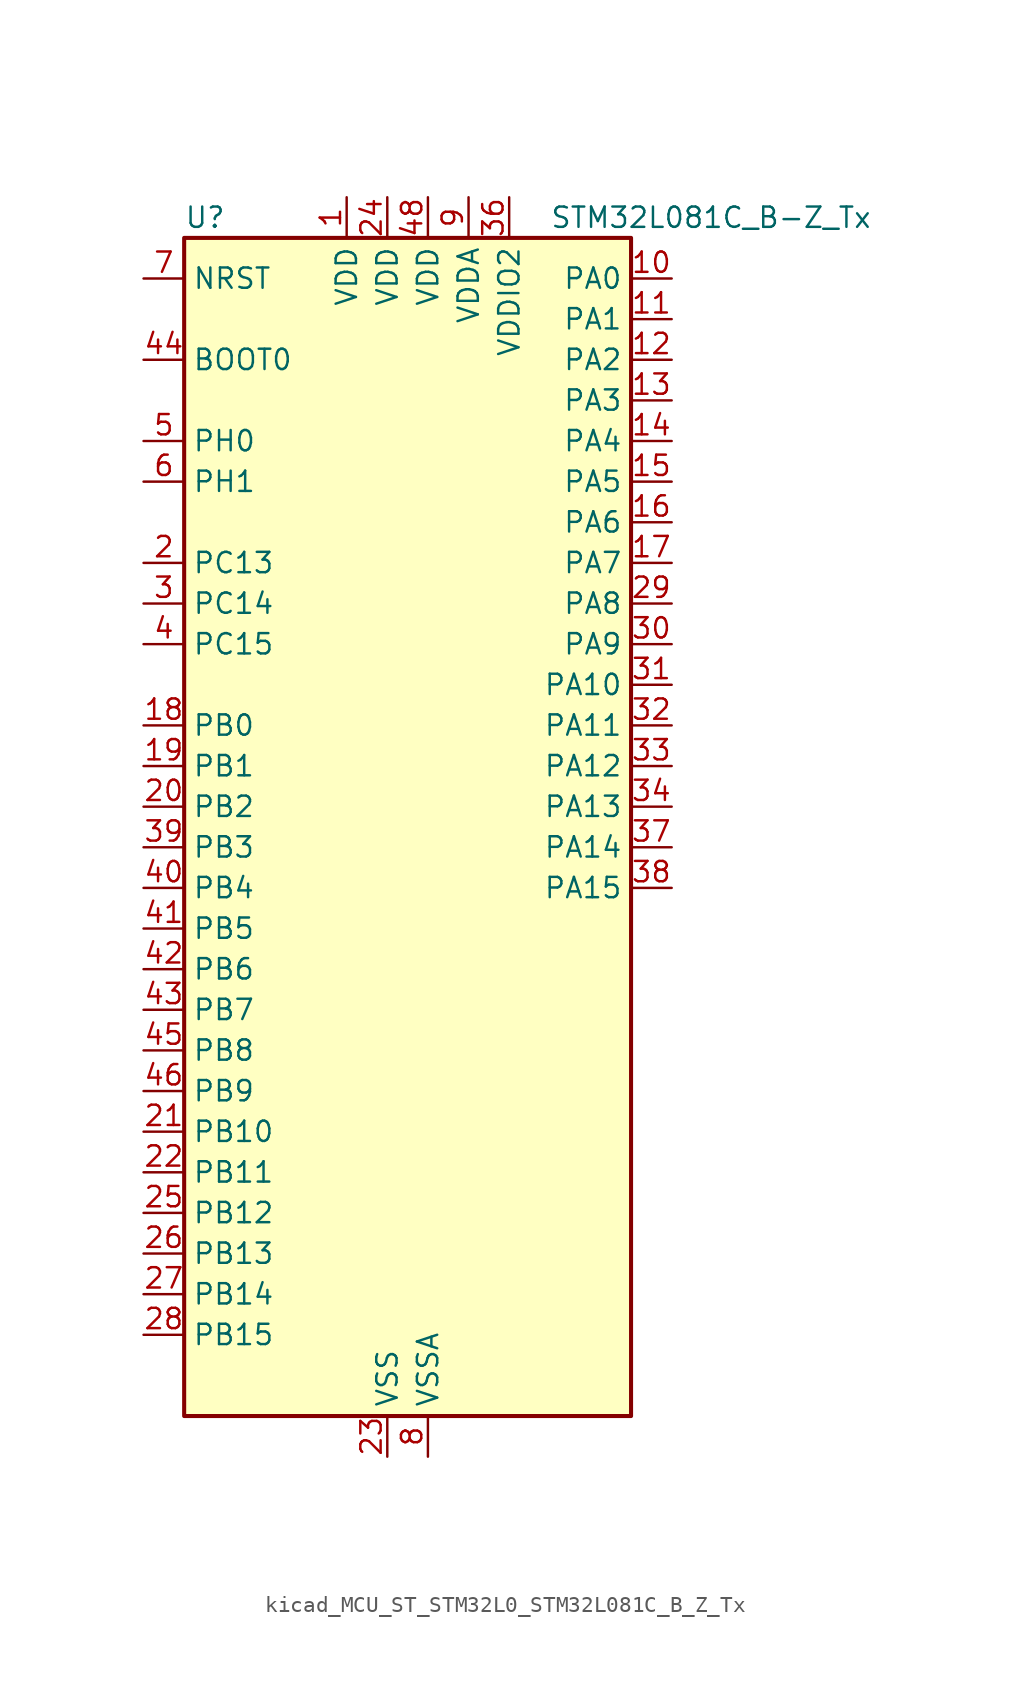
<source format=kicad_sym>
(kicad_symbol_lib
  (version 20220914)
  (generator kicad_symbol_editor)
  (symbol "kicad_MCU_ST_STM32L0_STM32L081C_B_Z_Tx"
    (property "Reference" "U"
      (at -12.7 39.37 0)
      (effects (font (size 1.27 1.27)) (justify left)))
    (property "Value" "STM32L081C_B-Z_Tx"
      (at 10.16 39.37 0)
      (effects (font (size 1.27 1.27)) (justify left)))
    (property "ki_locked" ""
      (at 0 0 0)
      (effects (font (size 1.27 1.27))))
    (symbol "kicad_MCU_ST_STM32L0_STM32L081C_B_Z_Tx_0_1"
      (rectangle (start -12.7 -35.56) (end 15.24 38.1) (stroke (width 0.254) (type default)) (fill (type background))))
    (symbol "kicad_MCU_ST_STM32L0_STM32L081C_B_Z_Tx_1_1"
      (pin power_in line (at -2.54 40.64 270) (length 2.54) (name "VDD" (effects (font (size 1.27 1.27)))) (number "1" (effects (font (size 1.27 1.27)))))
      (pin bidirectional line (at 17.78 35.56 180) (length 2.54) (name "PA0" (effects (font (size 1.27 1.27)))) (number "10" (effects (font (size 1.27 1.27)))) (alternate "ADC_IN0" bidirectional line) (alternate "COMP1_INM" bidirectional line) (alternate "COMP1_OUT" bidirectional line) (alternate "RTC_TAMP2" bidirectional line) (alternate "SYS_WKUP1" bidirectional line) (alternate "TIM2_CH1" bidirectional line) (alternate "TIM2_ETR" bidirectional line) (alternate "USART2_CTS" bidirectional line) (alternate "USART4_TX" bidirectional line))
      (pin bidirectional line (at 17.78 33.02 180) (length 2.54) (name "PA1" (effects (font (size 1.27 1.27)))) (number "11" (effects (font (size 1.27 1.27)))) (alternate "ADC_IN1" bidirectional line) (alternate "COMP1_INP" bidirectional line) (alternate "TIM21_ETR" bidirectional line) (alternate "TIM2_CH2" bidirectional line) (alternate "USART2_DE" bidirectional line) (alternate "USART2_RTS" bidirectional line) (alternate "USART4_RX" bidirectional line))
      (pin bidirectional line (at 17.78 30.48 180) (length 2.54) (name "PA2" (effects (font (size 1.27 1.27)))) (number "12" (effects (font (size 1.27 1.27)))) (alternate "ADC_IN2" bidirectional line) (alternate "COMP2_INM" bidirectional line) (alternate "COMP2_OUT" bidirectional line) (alternate "LPUART1_TX" bidirectional line) (alternate "TIM21_CH1" bidirectional line) (alternate "TIM2_CH3" bidirectional line) (alternate "USART2_TX" bidirectional line))
      (pin bidirectional line (at 17.78 27.94 180) (length 2.54) (name "PA3" (effects (font (size 1.27 1.27)))) (number "13" (effects (font (size 1.27 1.27)))) (alternate "ADC_IN3" bidirectional line) (alternate "COMP2_INP" bidirectional line) (alternate "LPUART1_RX" bidirectional line) (alternate "TIM21_CH2" bidirectional line) (alternate "TIM2_CH4" bidirectional line) (alternate "USART2_RX" bidirectional line))
      (pin bidirectional line (at 17.78 25.4 180) (length 2.54) (name "PA4" (effects (font (size 1.27 1.27)))) (number "14" (effects (font (size 1.27 1.27)))) (alternate "ADC_IN4" bidirectional line) (alternate "COMP1_INM" bidirectional line) (alternate "COMP2_INM" bidirectional line) (alternate "SPI1_NSS" bidirectional line) (alternate "TIM22_ETR" bidirectional line) (alternate "USART2_CK" bidirectional line))
      (pin bidirectional line (at 17.78 22.86 180) (length 2.54) (name "PA5" (effects (font (size 1.27 1.27)))) (number "15" (effects (font (size 1.27 1.27)))) (alternate "ADC_IN5" bidirectional line) (alternate "COMP1_INM" bidirectional line) (alternate "COMP2_INM" bidirectional line) (alternate "SPI1_SCK" bidirectional line) (alternate "TIM2_CH1" bidirectional line) (alternate "TIM2_ETR" bidirectional line))
      (pin bidirectional line (at 17.78 20.32 180) (length 2.54) (name "PA6" (effects (font (size 1.27 1.27)))) (number "16" (effects (font (size 1.27 1.27)))) (alternate "ADC_IN6" bidirectional line) (alternate "COMP1_OUT" bidirectional line) (alternate "LPUART1_CTS" bidirectional line) (alternate "SPI1_MISO" bidirectional line) (alternate "TIM22_CH1" bidirectional line) (alternate "TIM3_CH1" bidirectional line))
      (pin bidirectional line (at 17.78 17.78 180) (length 2.54) (name "PA7" (effects (font (size 1.27 1.27)))) (number "17" (effects (font (size 1.27 1.27)))) (alternate "ADC_IN7" bidirectional line) (alternate "COMP2_OUT" bidirectional line) (alternate "SPI1_MOSI" bidirectional line) (alternate "TIM22_CH2" bidirectional line) (alternate "TIM3_CH2" bidirectional line))
      (pin bidirectional line (at -15.24 7.62 0) (length 2.54) (name "PB0" (effects (font (size 1.27 1.27)))) (number "18" (effects (font (size 1.27 1.27)))) (alternate "ADC_IN8" bidirectional line) (alternate "SYS_VREF_OUT_PB0" bidirectional line) (alternate "TIM3_CH3" bidirectional line))
      (pin bidirectional line (at -15.24 5.08 0) (length 2.54) (name "PB1" (effects (font (size 1.27 1.27)))) (number "19" (effects (font (size 1.27 1.27)))) (alternate "ADC_IN9" bidirectional line) (alternate "LPUART1_DE" bidirectional line) (alternate "LPUART1_RTS" bidirectional line) (alternate "SYS_VREF_OUT_PB1" bidirectional line) (alternate "TIM3_CH4" bidirectional line))
      (pin bidirectional line (at -15.24 17.78 0) (length 2.54) (name "PC13" (effects (font (size 1.27 1.27)))) (number "2" (effects (font (size 1.27 1.27)))) (alternate "RTC_OUT_ALARM" bidirectional line) (alternate "RTC_OUT_CALIB" bidirectional line) (alternate "RTC_TAMP1" bidirectional line) (alternate "RTC_TS" bidirectional line) (alternate "SYS_WKUP2" bidirectional line))
      (pin bidirectional line (at -15.24 2.54 0) (length 2.54) (name "PB2" (effects (font (size 1.27 1.27)))) (number "20" (effects (font (size 1.27 1.27)))) (alternate "I2C3_SMBA" bidirectional line) (alternate "LPTIM1_OUT" bidirectional line))
      (pin bidirectional line (at -15.24 -17.78 0) (length 2.54) (name "PB10" (effects (font (size 1.27 1.27)))) (number "21" (effects (font (size 1.27 1.27)))) (alternate "I2C2_SCL" bidirectional line) (alternate "LPUART1_RX" bidirectional line) (alternate "LPUART1_TX" bidirectional line) (alternate "SPI2_SCK" bidirectional line) (alternate "TIM2_CH3" bidirectional line))
      (pin bidirectional line (at -15.24 -20.32 0) (length 2.54) (name "PB11" (effects (font (size 1.27 1.27)))) (number "22" (effects (font (size 1.27 1.27)))) (alternate "ADC_EXTI11" bidirectional line) (alternate "I2C2_SDA" bidirectional line) (alternate "LPUART1_RX" bidirectional line) (alternate "LPUART1_TX" bidirectional line) (alternate "TIM2_CH4" bidirectional line))
      (pin power_in line (at 0 -38.1 90) (length 2.54) (name "VSS" (effects (font (size 1.27 1.27)))) (number "23" (effects (font (size 1.27 1.27)))))
      (pin power_in line (at 0 40.64 270) (length 2.54) (name "VDD" (effects (font (size 1.27 1.27)))) (number "24" (effects (font (size 1.27 1.27)))))
      (pin bidirectional line (at -15.24 -22.86 0) (length 2.54) (name "PB12" (effects (font (size 1.27 1.27)))) (number "25" (effects (font (size 1.27 1.27)))) (alternate "I2S2_WS" bidirectional line) (alternate "LPUART1_DE" bidirectional line) (alternate "LPUART1_RTS" bidirectional line) (alternate "SPI2_NSS" bidirectional line))
      (pin bidirectional line (at -15.24 -25.4 0) (length 2.54) (name "PB13" (effects (font (size 1.27 1.27)))) (number "26" (effects (font (size 1.27 1.27)))) (alternate "I2C2_SCL" bidirectional line) (alternate "I2S2_CK" bidirectional line) (alternate "LPUART1_CTS" bidirectional line) (alternate "RCC_MCO" bidirectional line) (alternate "SPI2_SCK" bidirectional line) (alternate "TIM21_CH1" bidirectional line))
      (pin bidirectional line (at -15.24 -27.94 0) (length 2.54) (name "PB14" (effects (font (size 1.27 1.27)))) (number "27" (effects (font (size 1.27 1.27)))) (alternate "I2C2_SDA" bidirectional line) (alternate "I2S2_MCK" bidirectional line) (alternate "LPUART1_DE" bidirectional line) (alternate "LPUART1_RTS" bidirectional line) (alternate "RTC_OUT_ALARM" bidirectional line) (alternate "RTC_OUT_CALIB" bidirectional line) (alternate "SPI2_MISO" bidirectional line) (alternate "TIM21_CH2" bidirectional line))
      (pin bidirectional line (at -15.24 -30.48 0) (length 2.54) (name "PB15" (effects (font (size 1.27 1.27)))) (number "28" (effects (font (size 1.27 1.27)))) (alternate "I2S2_SD" bidirectional line) (alternate "RTC_REFIN" bidirectional line) (alternate "SPI2_MOSI" bidirectional line))
      (pin bidirectional line (at 17.78 15.24 180) (length 2.54) (name "PA8" (effects (font (size 1.27 1.27)))) (number "29" (effects (font (size 1.27 1.27)))) (alternate "I2C3_SCL" bidirectional line) (alternate "RCC_MCO" bidirectional line) (alternate "USART1_CK" bidirectional line))
      (pin bidirectional line (at -15.24 15.24 0) (length 2.54) (name "PC14" (effects (font (size 1.27 1.27)))) (number "3" (effects (font (size 1.27 1.27)))) (alternate "RCC_OSC32_IN" bidirectional line))
      (pin bidirectional line (at 17.78 12.7 180) (length 2.54) (name "PA9" (effects (font (size 1.27 1.27)))) (number "30" (effects (font (size 1.27 1.27)))) (alternate "I2C1_SCL" bidirectional line) (alternate "I2C3_SMBA" bidirectional line) (alternate "RCC_MCO" bidirectional line) (alternate "USART1_TX" bidirectional line))
      (pin bidirectional line (at 17.78 10.16 180) (length 2.54) (name "PA10" (effects (font (size 1.27 1.27)))) (number "31" (effects (font (size 1.27 1.27)))) (alternate "I2C1_SDA" bidirectional line) (alternate "USART1_RX" bidirectional line))
      (pin bidirectional line (at 17.78 7.62 180) (length 2.54) (name "PA11" (effects (font (size 1.27 1.27)))) (number "32" (effects (font (size 1.27 1.27)))) (alternate "ADC_EXTI11" bidirectional line) (alternate "COMP1_OUT" bidirectional line) (alternate "SPI1_MISO" bidirectional line) (alternate "USART1_CTS" bidirectional line))
      (pin bidirectional line (at 17.78 5.08 180) (length 2.54) (name "PA12" (effects (font (size 1.27 1.27)))) (number "33" (effects (font (size 1.27 1.27)))) (alternate "COMP2_OUT" bidirectional line) (alternate "SPI1_MOSI" bidirectional line) (alternate "USART1_DE" bidirectional line) (alternate "USART1_RTS" bidirectional line))
      (pin bidirectional line (at 17.78 2.54 180) (length 2.54) (name "PA13" (effects (font (size 1.27 1.27)))) (number "34" (effects (font (size 1.27 1.27)))) (alternate "LPUART1_RX" bidirectional line) (alternate "SYS_SWDIO" bidirectional line))
      (pin passive line (at 0 -38.1 90) (length 2.54) hide (name "VSS" (effects (font (size 1.27 1.27)))) (number "35" (effects (font (size 1.27 1.27)))))
      (pin power_in line (at 7.62 40.64 270) (length 2.54) (name "VDDIO2" (effects (font (size 1.27 1.27)))) (number "36" (effects (font (size 1.27 1.27)))))
      (pin bidirectional line (at 17.78 0 180) (length 2.54) (name "PA14" (effects (font (size 1.27 1.27)))) (number "37" (effects (font (size 1.27 1.27)))) (alternate "LPUART1_TX" bidirectional line) (alternate "SYS_SWCLK" bidirectional line) (alternate "USART2_TX" bidirectional line))
      (pin bidirectional line (at 17.78 -2.54 180) (length 2.54) (name "PA15" (effects (font (size 1.27 1.27)))) (number "38" (effects (font (size 1.27 1.27)))) (alternate "SPI1_NSS" bidirectional line) (alternate "TIM2_CH1" bidirectional line) (alternate "TIM2_ETR" bidirectional line) (alternate "USART2_RX" bidirectional line) (alternate "USART4_DE" bidirectional line) (alternate "USART4_RTS" bidirectional line))
      (pin bidirectional line (at -15.24 0 0) (length 2.54) (name "PB3" (effects (font (size 1.27 1.27)))) (number "39" (effects (font (size 1.27 1.27)))) (alternate "COMP2_INM" bidirectional line) (alternate "SPI1_SCK" bidirectional line) (alternate "TIM2_CH2" bidirectional line) (alternate "USART1_DE" bidirectional line) (alternate "USART1_RTS" bidirectional line) (alternate "USART5_TX" bidirectional line))
      (pin bidirectional line (at -15.24 12.7 0) (length 2.54) (name "PC15" (effects (font (size 1.27 1.27)))) (number "4" (effects (font (size 1.27 1.27)))) (alternate "RCC_OSC32_OUT" bidirectional line))
      (pin bidirectional line (at -15.24 -2.54 0) (length 2.54) (name "PB4" (effects (font (size 1.27 1.27)))) (number "40" (effects (font (size 1.27 1.27)))) (alternate "COMP2_INP" bidirectional line) (alternate "I2C3_SDA" bidirectional line) (alternate "SPI1_MISO" bidirectional line) (alternate "TIM22_CH1" bidirectional line) (alternate "TIM3_CH1" bidirectional line) (alternate "USART1_CTS" bidirectional line) (alternate "USART5_RX" bidirectional line))
      (pin bidirectional line (at -15.24 -5.08 0) (length 2.54) (name "PB5" (effects (font (size 1.27 1.27)))) (number "41" (effects (font (size 1.27 1.27)))) (alternate "COMP2_INP" bidirectional line) (alternate "I2C1_SMBA" bidirectional line) (alternate "LPTIM1_IN1" bidirectional line) (alternate "SPI1_MOSI" bidirectional line) (alternate "TIM22_CH2" bidirectional line) (alternate "TIM3_CH2" bidirectional line) (alternate "USART1_CK" bidirectional line) (alternate "USART5_CK" bidirectional line) (alternate "USART5_DE" bidirectional line) (alternate "USART5_RTS" bidirectional line))
      (pin bidirectional line (at -15.24 -7.62 0) (length 2.54) (name "PB6" (effects (font (size 1.27 1.27)))) (number "42" (effects (font (size 1.27 1.27)))) (alternate "COMP2_INP" bidirectional line) (alternate "I2C1_SCL" bidirectional line) (alternate "LPTIM1_ETR" bidirectional line) (alternate "USART1_TX" bidirectional line))
      (pin bidirectional line (at -15.24 -10.16 0) (length 2.54) (name "PB7" (effects (font (size 1.27 1.27)))) (number "43" (effects (font (size 1.27 1.27)))) (alternate "COMP2_INP" bidirectional line) (alternate "I2C1_SDA" bidirectional line) (alternate "LPTIM1_IN2" bidirectional line) (alternate "SYS_PVD_IN" bidirectional line) (alternate "USART1_RX" bidirectional line) (alternate "USART4_CTS" bidirectional line))
      (pin input line (at -15.24 30.48 0) (length 2.54) (name "BOOT0" (effects (font (size 1.27 1.27)))) (number "44" (effects (font (size 1.27 1.27)))))
      (pin bidirectional line (at -15.24 -12.7 0) (length 2.54) (name "PB8" (effects (font (size 1.27 1.27)))) (number "45" (effects (font (size 1.27 1.27)))) (alternate "I2C1_SCL" bidirectional line))
      (pin bidirectional line (at -15.24 -15.24 0) (length 2.54) (name "PB9" (effects (font (size 1.27 1.27)))) (number "46" (effects (font (size 1.27 1.27)))) (alternate "I2C1_SDA" bidirectional line) (alternate "I2S2_WS" bidirectional line) (alternate "SPI2_NSS" bidirectional line))
      (pin passive line (at 0 -38.1 90) (length 2.54) hide (name "VSS" (effects (font (size 1.27 1.27)))) (number "47" (effects (font (size 1.27 1.27)))))
      (pin power_in line (at 2.54 40.64 270) (length 2.54) (name "VDD" (effects (font (size 1.27 1.27)))) (number "48" (effects (font (size 1.27 1.27)))))
      (pin bidirectional line (at -15.24 25.4 0) (length 2.54) (name "PH0" (effects (font (size 1.27 1.27)))) (number "5" (effects (font (size 1.27 1.27)))) (alternate "RCC_OSC_IN" bidirectional line))
      (pin bidirectional line (at -15.24 22.86 0) (length 2.54) (name "PH1" (effects (font (size 1.27 1.27)))) (number "6" (effects (font (size 1.27 1.27)))) (alternate "RCC_OSC_OUT" bidirectional line))
      (pin input line (at -15.24 35.56 0) (length 2.54) (name "NRST" (effects (font (size 1.27 1.27)))) (number "7" (effects (font (size 1.27 1.27)))))
      (pin power_in line (at 2.54 -38.1 90) (length 2.54) (name "VSSA" (effects (font (size 1.27 1.27)))) (number "8" (effects (font (size 1.27 1.27)))))
      (pin power_in line (at 5.08 40.64 270) (length 2.54) (name "VDDA" (effects (font (size 1.27 1.27)))) (number "9" (effects (font (size 1.27 1.27))))))))
</source>
